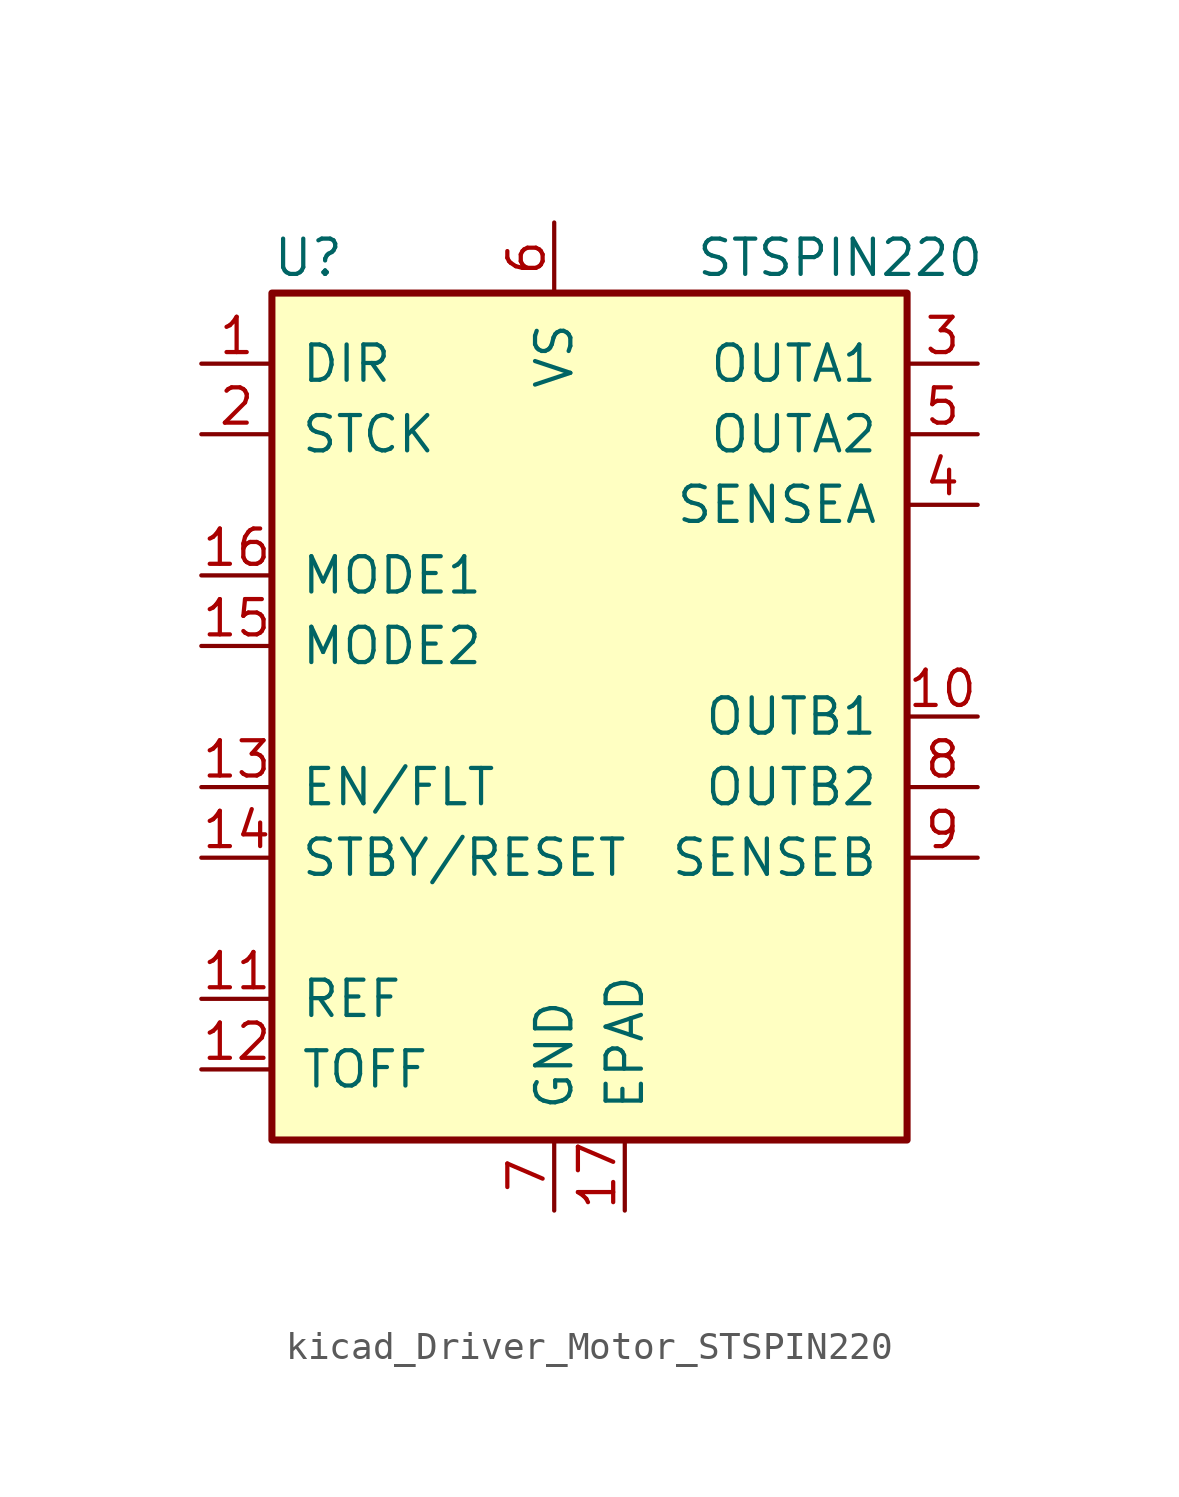
<source format=kicad_sym>
(kicad_symbol_lib
  (version 20220914)
  (generator kicad_symbol_editor)
  (symbol "kicad_Driver_Motor_STSPIN220"
    (pin_names
      (offset 1.016))
    (property "Reference" "U"
      (at -10.16 16.51 0)
      (effects (font (size 1.27 1.27)) (justify left)))
    (property "Value" "STSPIN220"
      (at 5.08 16.51 0)
      (effects (font (size 1.27 1.27)) (justify left)))
    (symbol "kicad_Driver_Motor_STSPIN220_0_1"
      (rectangle (start -10.16 15.24) (end 12.7 -15.24) (stroke (width 0.254) (type default)) (fill (type background))))
    (symbol "kicad_Driver_Motor_STSPIN220_1_1"
      (pin input line (at -12.7 12.7 0) (length 2.54) (name "DIR" (effects (font (size 1.27 1.27)))) (number "1" (effects (font (size 1.27 1.27)))))
      (pin power_out line (at 15.24 0 180) (length 2.54) (name "OUTB1" (effects (font (size 1.27 1.27)))) (number "10" (effects (font (size 1.27 1.27)))))
      (pin input line (at -12.7 -10.16 0) (length 2.54) (name "REF" (effects (font (size 1.27 1.27)))) (number "11" (effects (font (size 1.27 1.27)))))
      (pin input line (at -12.7 -12.7 0) (length 2.54) (name "TOFF" (effects (font (size 1.27 1.27)))) (number "12" (effects (font (size 1.27 1.27)))))
      (pin bidirectional line (at -12.7 -2.54 0) (length 2.54) (name "EN/FLT" (effects (font (size 1.27 1.27)))) (number "13" (effects (font (size 1.27 1.27)))))
      (pin input line (at -12.7 -5.08 0) (length 2.54) (name "STBY/RESET" (effects (font (size 1.27 1.27)))) (number "14" (effects (font (size 1.27 1.27)))))
      (pin input line (at -12.7 2.54 0) (length 2.54) (name "MODE2" (effects (font (size 1.27 1.27)))) (number "15" (effects (font (size 1.27 1.27)))))
      (pin input line (at -12.7 5.08 0) (length 2.54) (name "MODE1" (effects (font (size 1.27 1.27)))) (number "16" (effects (font (size 1.27 1.27)))))
      (pin power_in line (at 2.54 -17.78 90) (length 2.54) (name "EPAD" (effects (font (size 1.27 1.27)))) (number "17" (effects (font (size 1.27 1.27)))))
      (pin input line (at -12.7 10.16 0) (length 2.54) (name "STCK" (effects (font (size 1.27 1.27)))) (number "2" (effects (font (size 1.27 1.27)))))
      (pin power_out line (at 15.24 12.7 180) (length 2.54) (name "OUTA1" (effects (font (size 1.27 1.27)))) (number "3" (effects (font (size 1.27 1.27)))))
      (pin power_out line (at 15.24 7.62 180) (length 2.54) (name "SENSEA" (effects (font (size 1.27 1.27)))) (number "4" (effects (font (size 1.27 1.27)))))
      (pin power_out line (at 15.24 10.16 180) (length 2.54) (name "OUTA2" (effects (font (size 1.27 1.27)))) (number "5" (effects (font (size 1.27 1.27)))))
      (pin power_in line (at 0 17.78 270) (length 2.54) (name "VS" (effects (font (size 1.27 1.27)))) (number "6" (effects (font (size 1.27 1.27)))))
      (pin power_in line (at 0 -17.78 90) (length 2.54) (name "GND" (effects (font (size 1.27 1.27)))) (number "7" (effects (font (size 1.27 1.27)))))
      (pin power_out line (at 15.24 -2.54 180) (length 2.54) (name "OUTB2" (effects (font (size 1.27 1.27)))) (number "8" (effects (font (size 1.27 1.27)))))
      (pin power_out line (at 15.24 -5.08 180) (length 2.54) (name "SENSEB" (effects (font (size 1.27 1.27)))) (number "9" (effects (font (size 1.27 1.27))))))))
</source>
